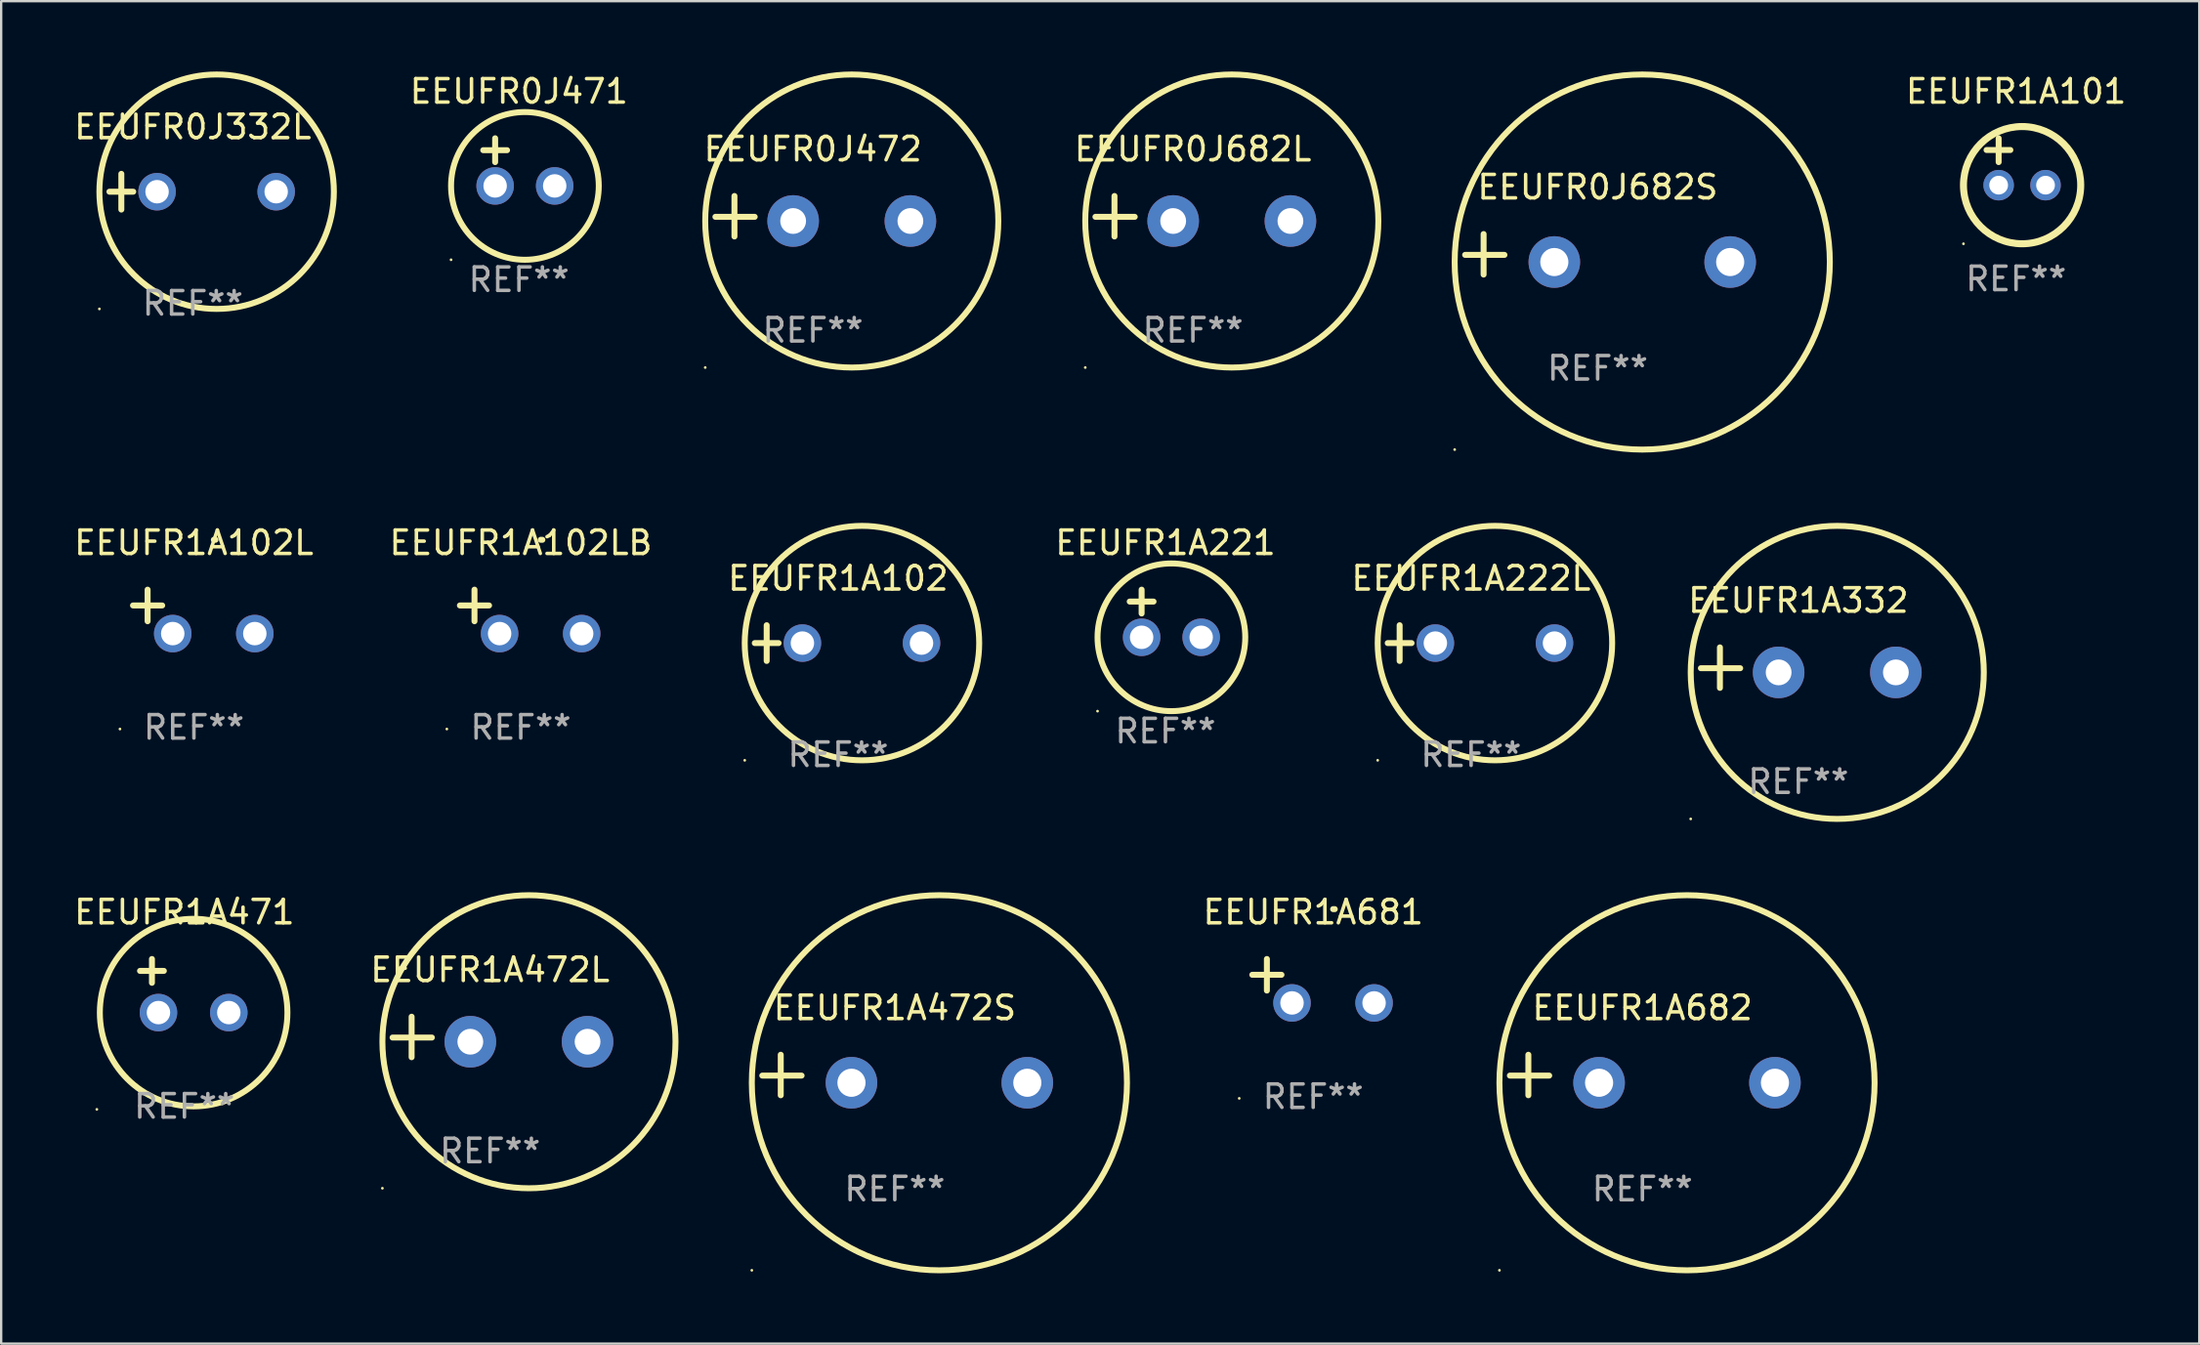
<source format=kicad_pcb>
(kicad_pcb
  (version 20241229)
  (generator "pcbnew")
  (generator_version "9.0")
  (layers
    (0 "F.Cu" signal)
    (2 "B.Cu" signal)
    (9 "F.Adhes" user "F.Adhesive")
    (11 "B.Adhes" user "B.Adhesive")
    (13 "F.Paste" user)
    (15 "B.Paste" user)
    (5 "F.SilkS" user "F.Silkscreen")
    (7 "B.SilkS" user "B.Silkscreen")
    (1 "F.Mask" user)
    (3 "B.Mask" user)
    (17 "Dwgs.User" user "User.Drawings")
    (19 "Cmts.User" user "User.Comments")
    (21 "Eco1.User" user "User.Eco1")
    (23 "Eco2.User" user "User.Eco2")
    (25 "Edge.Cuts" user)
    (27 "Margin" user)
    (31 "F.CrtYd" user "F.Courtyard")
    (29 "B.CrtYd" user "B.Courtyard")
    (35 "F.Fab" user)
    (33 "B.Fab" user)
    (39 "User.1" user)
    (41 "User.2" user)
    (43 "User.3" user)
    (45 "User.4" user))
  (footprint "EEUFR1A472L"
    (layer "F.Cu")
    (at 17.851 41.182)
    (property "Reference" "EEUFR1A472L" (at 0 -2.864 0) (layer "F.SilkS") (effects (font (size 1 1) (thickness 0.15))))
    (attr through_hole)
    (fp_line (start -3.346 0.864) (end -3.346 -0.864) (stroke (width 0.254) (type solid)) (layer "F.SilkS"))
    (fp_line (start -2.482 0.025) (end -4.158 0.025) (stroke (width 0.254) (type solid)) (layer "F.SilkS"))
    (fp_circle (center -4.592 6.453) (end -4.562 6.453) (stroke (width 0.06) (type solid)) (fill no) (layer "F.SilkS"))
    (fp_circle (center 1.658 0.203) (end 7.908 0.203) (stroke (width 0.254) (type solid)) (fill no) (layer "F.SilkS"))
    (fp_text user "REF**" (at 0 4.864 0) (layer "F.Fab") (effects (font (size 1 1) (thickness 0.15))))
    (pad "1" thru_hole circle (at -0.842 0.203) (size 2.2 2.2) (drill 1.1) (layers "*.Cu" "*.Mask"))
    (pad "2" thru_hole circle (at 4.158 0.203) (size 2.2 2.2) (drill 1.1) (layers "*.Cu" "*.Mask")))
  (footprint "EEUFR1A222L"
    (layer "F.Cu")
    (at 59.691 24.381)
    (property "Reference" "EEUFR1A222L" (at 0 -2.762 0) (layer "F.SilkS") (effects (font (size 1 1) (thickness 0.15))))
    (attr through_hole)
    (fp_line (start -3.556 0) (end -2.54 0) (stroke (width 0.254) (type solid)) (layer "F.SilkS"))
    (fp_line (start -3.048 -0.762) (end -3.048 0.762) (stroke (width 0.254) (type solid)) (layer "F.SilkS"))
    (fp_circle (center -3.984 5) (end -3.954 5) (stroke (width 0.06) (type solid)) (fill no) (layer "F.SilkS"))
    (fp_circle (center 1.016 0) (end 6.016 0) (stroke (width 0.254) (type solid)) (fill no) (layer "F.SilkS"))
    (fp_text user "REF**" (at 0 4.762 0) (layer "F.Fab") (effects (font (size 1 1) (thickness 0.15))))
    (pad "1" thru_hole circle (at -1.524 0) (size 1.6 1.6) (drill 1) (layers "*.Cu" "*.Mask"))
    (pad "2" thru_hole circle (at 3.556 0) (size 1.6 1.6) (drill 1) (layers "*.Cu" "*.Mask")))
  (footprint "EEUFR1A332"
    (layer "F.Cu")
    (at 73.649 25.428)
    (property "Reference" "EEUFR1A332" (at 0 -2.864 0) (layer "F.SilkS") (effects (font (size 1 1) (thickness 0.15))))
    (attr through_hole)
    (fp_line (start -3.346 0.864) (end -3.346 -0.864) (stroke (width 0.254) (type solid)) (layer "F.SilkS"))
    (fp_line (start -2.482 0.025) (end -4.158 0.025) (stroke (width 0.254) (type solid)) (layer "F.SilkS"))
    (fp_circle (center -4.592 6.453) (end -4.562 6.453) (stroke (width 0.06) (type solid)) (fill no) (layer "F.SilkS"))
    (fp_circle (center 1.658 0.203) (end 7.908 0.203) (stroke (width 0.254) (type solid)) (fill no) (layer "F.SilkS"))
    (fp_text user "REF**" (at 0 4.864 0) (layer "F.Fab") (effects (font (size 1 1) (thickness 0.15))))
    (pad "1" thru_hole circle (at -0.842 0.203) (size 2.2 2.2) (drill 1.1) (layers "*.Cu" "*.Mask"))
    (pad "2" thru_hole circle (at 4.158 0.203) (size 2.2 2.2) (drill 1.1) (layers "*.Cu" "*.Mask")))
  (footprint "EEUFR1A472S"
    (layer "F.Cu")
    (at 35.112 42.805)
    (property "Reference" "EEUFR1A472S" (at 0 -2.864 0) (layer "F.SilkS") (effects (font (size 1 1) (thickness 0.15))))
    (attr through_hole)
    (fp_line (start -4.864 0.864) (end -4.864 -0.864) (stroke (width 0.254) (type solid)) (layer "F.SilkS"))
    (fp_line (start -3.975 0.025) (end -5.652 0.025) (stroke (width 0.254) (type solid)) (layer "F.SilkS"))
    (fp_circle (center -6.098 8.33) (end -6.068 8.33) (stroke (width 0.06) (type solid)) (fill no) (layer "F.SilkS"))
    (fp_circle (center 1.902 0.33) (end 9.902 0.33) (stroke (width 0.254) (type solid)) (fill no) (layer "F.SilkS"))
    (fp_text user "REF**" (at 0 4.864 0) (layer "F.Fab") (effects (font (size 1 1) (thickness 0.15))))
    (pad "1" thru_hole circle (at -1.848 0.33) (size 2.2 2.2) (drill 1.2) (layers "*.Cu" "*.Mask"))
    (pad "2" thru_hole circle (at 5.652 0.33) (size 2.2 2.2) (drill 1.2) (layers "*.Cu" "*.Mask")))
  (footprint "EEUFR1A101"
    (layer "F.Cu")
    (at 82.932 3.848)
    (property "Reference" "EEUFR1A101" (at 0 -3 0) (layer "F.SilkS") (effects (font (size 1 1) (thickness 0.15))))
    (attr through_hole)
    (fp_line (start -1.258 -0.5) (end -0.242 -0.5) (stroke (width 0.254) (type solid)) (layer "F.SilkS"))
    (fp_line (start -0.742 -1) (end -0.742 0.016) (stroke (width 0.254) (type solid)) (layer "F.SilkS"))
    (fp_circle (center -2.242 3.5) (end -2.212 3.5) (stroke (width 0.06) (type solid)) (fill no) (layer "F.SilkS"))
    (fp_circle (center 0.258 1) (end 2.758 1) (stroke (width 0.3) (type solid)) (fill no) (layer "F.SilkS"))
    (fp_text user "REF**" (at 0 5 0) (layer "F.Fab") (effects (font (size 1 1) (thickness 0.15))))
    (pad "1" thru_hole circle (at -0.742 1) (size 1.3 1.3) (drill 0.8) (layers "*.Cu" "*.Mask"))
    (pad "2" thru_hole circle (at 1.258 1) (size 1.3 1.3) (drill 0.8) (layers "*.Cu" "*.Mask")))
  (footprint "EEUFR0J682S"
    (layer "F.Cu")
    (at 65.088 7.797)
    (property "Reference" "EEUFR0J682S" (at 0 -2.864 0) (layer "F.SilkS") (effects (font (size 1 1) (thickness 0.15))))
    (attr through_hole)
    (fp_line (start -4.864 0.864) (end -4.864 -0.864) (stroke (width 0.254) (type solid)) (layer "F.SilkS"))
    (fp_line (start -3.975 0.025) (end -5.652 0.025) (stroke (width 0.254) (type solid)) (layer "F.SilkS"))
    (fp_circle (center -6.098 8.33) (end -6.068 8.33) (stroke (width 0.06) (type solid)) (fill no) (layer "F.SilkS"))
    (fp_circle (center 1.902 0.33) (end 9.902 0.33) (stroke (width 0.254) (type solid)) (fill no) (layer "F.SilkS"))
    (fp_text user "REF**" (at 0 4.864 0) (layer "F.Fab") (effects (font (size 1 1) (thickness 0.15))))
    (pad "1" thru_hole circle (at -1.848 0.33) (size 2.2 2.2) (drill 1.2) (layers "*.Cu" "*.Mask"))
    (pad "2" thru_hole circle (at 5.652 0.33) (size 2.2 2.2) (drill 1.2) (layers "*.Cu" "*.Mask")))
  (footprint "EEUFR1A102LB"
    (layer "F.Cu")
    (at 19.161 23.039)
    (property "Reference" "EEUFR1A102LB" (at 0 -2.937 0) (layer "F.SilkS") (effects (font (size 1 1) (thickness 0.15))))
    (attr through_hole)
    (fp_line (start -1.975 0.41) (end -1.975 -0.937) (stroke (width 0.254) (type solid)) (layer "F.SilkS"))
    (fp_line (start -1.353 -0.263) (end -2.597 -0.263) (stroke (width 0.254) (type solid)) (layer "F.SilkS"))
    (fp_arc (start 0.849809 -3.063957) (mid 0.885369 -3.064114) (end 0.920929 -3.063957) (stroke (width 0.254001) (type solid)) (layer "F.SilkS"))
    (fp_circle (center -3.154 5.008) (end -3.124 5.008) (stroke (width 0.06) (type solid)) (fill no) (layer "F.SilkS"))
    (fp_text user "REF**" (at 0 4.937 0) (layer "F.Fab") (effects (font (size 1 1) (thickness 0.15))))
    (pad "1" thru_hole circle (at -0.903 0.937) (size 1.6 1.6) (drill 1) (layers "*.Cu" "*.Mask"))
    (pad "2" thru_hole circle (at 2.597 0.937) (size 1.6 1.6) (drill 1) (layers "*.Cu" "*.Mask")))
  (footprint "EEUFR0J682L"
    (layer "F.Cu")
    (at 47.827 6.174)
    (property "Reference" "EEUFR0J682L" (at 0 -2.864 0) (layer "F.SilkS") (effects (font (size 1 1) (thickness 0.15))))
    (attr through_hole)
    (fp_line (start -3.346 0.864) (end -3.346 -0.864) (stroke (width 0.254) (type solid)) (layer "F.SilkS"))
    (fp_line (start -2.482 0.025) (end -4.158 0.025) (stroke (width 0.254) (type solid)) (layer "F.SilkS"))
    (fp_circle (center -4.592 6.453) (end -4.562 6.453) (stroke (width 0.06) (type solid)) (fill no) (layer "F.SilkS"))
    (fp_circle (center 1.658 0.203) (end 7.908 0.203) (stroke (width 0.254) (type solid)) (fill no) (layer "F.SilkS"))
    (fp_text user "REF**" (at 0 4.864 0) (layer "F.Fab") (effects (font (size 1 1) (thickness 0.15))))
    (pad "1" thru_hole circle (at -0.842 0.203) (size 2.2 2.2) (drill 1.1) (layers "*.Cu" "*.Mask"))
    (pad "2" thru_hole circle (at 4.158 0.203) (size 2.2 2.2) (drill 1.1) (layers "*.Cu" "*.Mask")))
  (footprint "EEUFR0J332L"
    (layer "F.Cu")
    (at 5.173 5.127)
    (property "Reference" "EEUFR0J332L" (at 0 -2.762 0) (layer "F.SilkS") (effects (font (size 1 1) (thickness 0.15))))
    (attr through_hole)
    (fp_line (start -3.556 0) (end -2.54 0) (stroke (width 0.254) (type solid)) (layer "F.SilkS"))
    (fp_line (start -3.048 -0.762) (end -3.048 0.762) (stroke (width 0.254) (type solid)) (layer "F.SilkS"))
    (fp_circle (center -3.984 5) (end -3.954 5) (stroke (width 0.06) (type solid)) (fill no) (layer "F.SilkS"))
    (fp_circle (center 1.016 0) (end 6.016 0) (stroke (width 0.254) (type solid)) (fill no) (layer "F.SilkS"))
    (fp_text user "REF**" (at 0 4.762 0) (layer "F.Fab") (effects (font (size 1 1) (thickness 0.15))))
    (pad "1" thru_hole circle (at -1.524 0) (size 1.6 1.6) (drill 1) (layers "*.Cu" "*.Mask"))
    (pad "2" thru_hole circle (at 3.556 0) (size 1.6 1.6) (drill 1) (layers "*.Cu" "*.Mask")))
  (footprint "EEUFR0J472"
    (layer "F.Cu")
    (at 31.619 6.174)
    (property "Reference" "EEUFR0J472" (at 0 -2.864 0) (layer "F.SilkS") (effects (font (size 1 1) (thickness 0.15))))
    (attr through_hole)
    (fp_line (start -3.346 0.864) (end -3.346 -0.864) (stroke (width 0.254) (type solid)) (layer "F.SilkS"))
    (fp_line (start -2.482 0.025) (end -4.158 0.025) (stroke (width 0.254) (type solid)) (layer "F.SilkS"))
    (fp_circle (center -4.592 6.453) (end -4.562 6.453) (stroke (width 0.06) (type solid)) (fill no) (layer "F.SilkS"))
    (fp_circle (center 1.658 0.203) (end 7.908 0.203) (stroke (width 0.254) (type solid)) (fill no) (layer "F.SilkS"))
    (fp_text user "REF**" (at 0 4.864 0) (layer "F.Fab") (effects (font (size 1 1) (thickness 0.15))))
    (pad "1" thru_hole circle (at -0.842 0.203) (size 2.2 2.2) (drill 1.1) (layers "*.Cu" "*.Mask"))
    (pad "2" thru_hole circle (at 4.158 0.203) (size 2.2 2.2) (drill 1.1) (layers "*.Cu" "*.Mask")))
  (footprint "EEUFR1A102"
    (layer "F.Cu")
    (at 32.696 24.381)
    (property "Reference" "EEUFR1A102" (at 0 -2.762 0) (layer "F.SilkS") (effects (font (size 1 1) (thickness 0.15))))
    (attr through_hole)
    (fp_line (start -3.556 0) (end -2.54 0) (stroke (width 0.254) (type solid)) (layer "F.SilkS"))
    (fp_line (start -3.048 -0.762) (end -3.048 0.762) (stroke (width 0.254) (type solid)) (layer "F.SilkS"))
    (fp_circle (center -3.984 5) (end -3.954 5) (stroke (width 0.06) (type solid)) (fill no) (layer "F.SilkS"))
    (fp_circle (center 1.016 0) (end 6.016 0) (stroke (width 0.254) (type solid)) (fill no) (layer "F.SilkS"))
    (fp_text user "REF**" (at 0 4.762 0) (layer "F.Fab") (effects (font (size 1 1) (thickness 0.15))))
    (pad "1" thru_hole circle (at -1.524 0) (size 1.6 1.6) (drill 1) (layers "*.Cu" "*.Mask"))
    (pad "2" thru_hole circle (at 3.556 0) (size 1.6 1.6) (drill 1) (layers "*.Cu" "*.Mask")))
  (footprint "EEUFR1A681"
    (layer "F.Cu")
    (at 52.956 38.793)
    (property "Reference" "EEUFR1A681" (at 0 -2.937 0) (layer "F.SilkS") (effects (font (size 1 1) (thickness 0.15))))
    (attr through_hole)
    (fp_line (start -1.975 0.41) (end -1.975 -0.937) (stroke (width 0.254) (type solid)) (layer "F.SilkS"))
    (fp_line (start -1.353 -0.263) (end -2.597 -0.263) (stroke (width 0.254) (type solid)) (layer "F.SilkS"))
    (fp_arc (start 0.849809 -3.063957) (mid 0.885369 -3.064114) (end 0.920929 -3.063957) (stroke (width 0.254001) (type solid)) (layer "F.SilkS"))
    (fp_circle (center -3.154 5.008) (end -3.124 5.008) (stroke (width 0.06) (type solid)) (fill no) (layer "F.SilkS"))
    (fp_text user "REF**" (at 0 4.937 0) (layer "F.Fab") (effects (font (size 1 1) (thickness 0.15))))
    (pad "1" thru_hole circle (at -0.903 0.937) (size 1.6 1.6) (drill 1) (layers "*.Cu" "*.Mask"))
    (pad "2" thru_hole circle (at 2.597 0.937) (size 1.6 1.6) (drill 1) (layers "*.Cu" "*.Mask")))
  (footprint "EEUFR0J471"
    (layer "F.Cu")
    (at 19.083 3.864)
    (property "Reference" "EEUFR0J471" (at 0 -3.016 0) (layer "F.SilkS") (effects (font (size 1 1) (thickness 0.15))))
    (attr through_hole)
    (fp_line (start -1.524 -0.508) (end -0.508 -0.508) (stroke (width 0.254) (type solid)) (layer "F.SilkS"))
    (fp_line (start -1.016 -1.016) (end -1.016 0) (stroke (width 0.254) (type solid)) (layer "F.SilkS"))
    (fp_circle (center -2.896 4.166) (end -2.866 4.166) (stroke (width 0.06) (type solid)) (fill no) (layer "F.SilkS"))
    (fp_circle (center 0.254 1.016) (end 3.404 1.016) (stroke (width 0.254) (type solid)) (fill no) (layer "F.SilkS"))
    (fp_text user "REF**" (at 0 5.016 0) (layer "F.Fab") (effects (font (size 1 1) (thickness 0.15))))
    (pad "1" thru_hole circle (at -1.016 1.016) (size 1.6 1.6) (drill 1) (layers "*.Cu" "*.Mask"))
    (pad "2" thru_hole circle (at 1.524 1.016) (size 1.6 1.6) (drill 1) (layers "*.Cu" "*.Mask")))
  (footprint "EEUFR1A682"
    (layer "F.Cu")
    (at 66.997 42.805)
    (property "Reference" "EEUFR1A682" (at 0 -2.864 0) (layer "F.SilkS") (effects (font (size 1 1) (thickness 0.15))))
    (attr through_hole)
    (fp_line (start -4.864 0.864) (end -4.864 -0.864) (stroke (width 0.254) (type solid)) (layer "F.SilkS"))
    (fp_line (start -3.975 0.025) (end -5.652 0.025) (stroke (width 0.254) (type solid)) (layer "F.SilkS"))
    (fp_circle (center -6.098 8.33) (end -6.068 8.33) (stroke (width 0.06) (type solid)) (fill no) (layer "F.SilkS"))
    (fp_circle (center 1.902 0.33) (end 9.902 0.33) (stroke (width 0.254) (type solid)) (fill no) (layer "F.SilkS"))
    (fp_text user "REF**" (at 0 4.864 0) (layer "F.Fab") (effects (font (size 1 1) (thickness 0.15))))
    (pad "1" thru_hole circle (at -1.848 0.33) (size 2.2 2.2) (drill 1.2) (layers "*.Cu" "*.Mask"))
    (pad "2" thru_hole circle (at 5.652 0.33) (size 2.2 2.2) (drill 1.2) (layers "*.Cu" "*.Mask")))
  (footprint "EEUFR1A102L"
    (layer "F.Cu")
    (at 5.22 23.039)
    (property "Reference" "EEUFR1A102L" (at 0 -2.937 0) (layer "F.SilkS") (effects (font (size 1 1) (thickness 0.15))))
    (attr through_hole)
    (fp_line (start -1.975 0.41) (end -1.975 -0.937) (stroke (width 0.254) (type solid)) (layer "F.SilkS"))
    (fp_line (start -1.353 -0.263) (end -2.597 -0.263) (stroke (width 0.254) (type solid)) (layer "F.SilkS"))
    (fp_arc (start 0.849809 -3.063957) (mid 0.885369 -3.064114) (end 0.920929 -3.063957) (stroke (width 0.254001) (type solid)) (layer "F.SilkS"))
    (fp_circle (center -3.154 5.008) (end -3.124 5.008) (stroke (width 0.06) (type solid)) (fill no) (layer "F.SilkS"))
    (fp_text user "REF**" (at 0 4.937 0) (layer "F.Fab") (effects (font (size 1 1) (thickness 0.15))))
    (pad "1" thru_hole circle (at -0.903 0.937) (size 1.6 1.6) (drill 1) (layers "*.Cu" "*.Mask"))
    (pad "2" thru_hole circle (at 2.597 0.937) (size 1.6 1.6) (drill 1) (layers "*.Cu" "*.Mask")))
  (footprint "EEUFR1A471"
    (layer "F.Cu")
    (at 4.815 38.999)
    (property "Reference" "EEUFR1A471" (at 0 -3.143 0) (layer "F.SilkS") (effects (font (size 1 1) (thickness 0.15))))
    (attr through_hole)
    (fp_line (start -1.893 -0.635) (end -0.877 -0.635) (stroke (width 0.254) (type solid)) (layer "F.SilkS"))
    (fp_line (start -1.385 -1.143) (end -1.385 -0.127) (stroke (width 0.254) (type solid)) (layer "F.SilkS"))
    (fp_circle (center -3.735 5.271) (end -3.705 5.271) (stroke (width 0.06) (type solid)) (fill no) (layer "F.SilkS"))
    (fp_circle (center 0.393 1.143) (end 4.393 1.143) (stroke (width 0.254) (type solid)) (fill no) (layer "F.SilkS"))
    (fp_text user "REF**" (at 0 5.143 0) (layer "F.Fab") (effects (font (size 1 1) (thickness 0.15))))
    (pad "1" thru_hole circle (at -1.107 1.143) (size 1.6 1.6) (drill 1) (layers "*.Cu" "*.Mask"))
    (pad "2" thru_hole circle (at 1.893 1.143) (size 1.6 1.6) (drill 1) (layers "*.Cu" "*.Mask")))
  (footprint "EEUFR1A221"
    (layer "F.Cu")
    (at 46.655 23.118)
    (property "Reference" "EEUFR1A221" (at 0 -3.016 0) (layer "F.SilkS") (effects (font (size 1 1) (thickness 0.15))))
    (attr through_hole)
    (fp_line (start -1.524 -0.508) (end -0.508 -0.508) (stroke (width 0.254) (type solid)) (layer "F.SilkS"))
    (fp_line (start -1.016 -1.016) (end -1.016 0) (stroke (width 0.254) (type solid)) (layer "F.SilkS"))
    (fp_circle (center -2.896 4.166) (end -2.866 4.166) (stroke (width 0.06) (type solid)) (fill no) (layer "F.SilkS"))
    (fp_circle (center 0.254 1.016) (end 3.404 1.016) (stroke (width 0.254) (type solid)) (fill no) (layer "F.SilkS"))
    (fp_text user "REF**" (at 0 5.016 0) (layer "F.Fab") (effects (font (size 1 1) (thickness 0.15))))
    (pad "1" thru_hole circle (at -1.016 1.016) (size 1.6 1.6) (drill 1) (layers "*.Cu" "*.Mask"))
    (pad "2" thru_hole circle (at 1.524 1.016) (size 1.6 1.6) (drill 1) (layers "*.Cu" "*.Mask")))
  (gr_rect
    (start -3 -3)
    (end 90.747 54.262)
    (stroke (width 0.1) (type default))
    (fill no)
    (layer "Edge.Cuts")))
</source>
